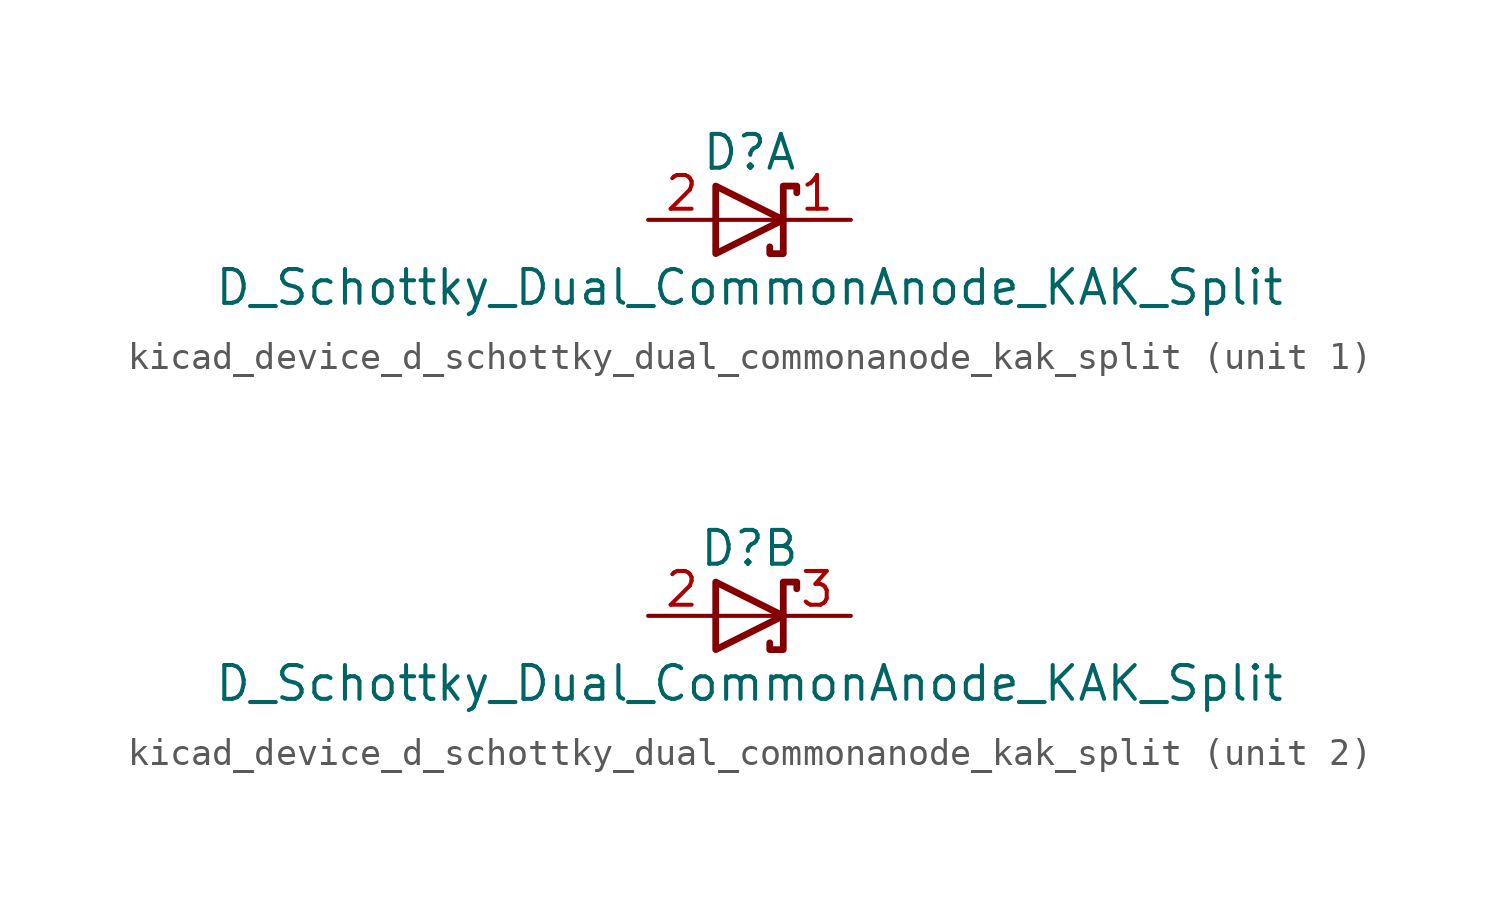
<source format=kicad_sym>
(kicad_symbol_lib
  (version 20220914)
  (generator kicad_symbol_editor)
  (symbol "kicad_device_d_schottky_dual_commonanode_kak_split"
    (pin_names
      (offset 0.762) hide)
    (property "Reference" "D"
      (at 0 2.54 0)
      (effects (font (size 1.27 1.27))))
    (property "Value" "D_Schottky_Dual_CommonAnode_KAK_Split"
      (at 0 -2.54 0)
      (effects (font (size 1.27 1.27))))
    (property "ki_locked" ""
      (at 0 0 0)
      (effects (font (size 1.27 1.27))))
    (symbol "kicad_device_d_schottky_dual_commonanode_kak_split_0_1"
      (polyline (pts (xy 1.27 0) (xy -1.27 0)) (stroke (width 0) (type default)) (fill (type none)))
      (polyline (pts (xy -1.27 1.27) (xy 1.27 0) (xy -1.27 -1.27) (xy -1.27 1.27) (xy -1.27 1.27) (xy -1.27 1.27)) (stroke (width 0.254) (type default)) (fill (type none)))
      (polyline (pts (xy 1.778 1.016) (xy 1.778 1.27) (xy 1.27 1.27) (xy 1.27 -1.27) (xy 0.762 -1.27) (xy 0.762 -1.016)) (stroke (width 0.254) (type default)) (fill (type none)))
      (pin passive line (at -3.81 0 0) (length 2.54) (name "A" (effects (font (size 1.27 1.27)))) (number "2" (effects (font (size 1.27 1.27))))))
    (symbol "kicad_device_d_schottky_dual_commonanode_kak_split_1_1"
      (pin passive line (at 3.81 0 180) (length 2.54) (name "K" (effects (font (size 1.27 1.27)))) (number "1" (effects (font (size 1.27 1.27))))))
    (symbol "kicad_device_d_schottky_dual_commonanode_kak_split_2_1"
      (pin passive line (at 3.81 0 180) (length 2.54) (name "K" (effects (font (size 1.27 1.27)))) (number "3" (effects (font (size 1.27 1.27))))))))
</source>
